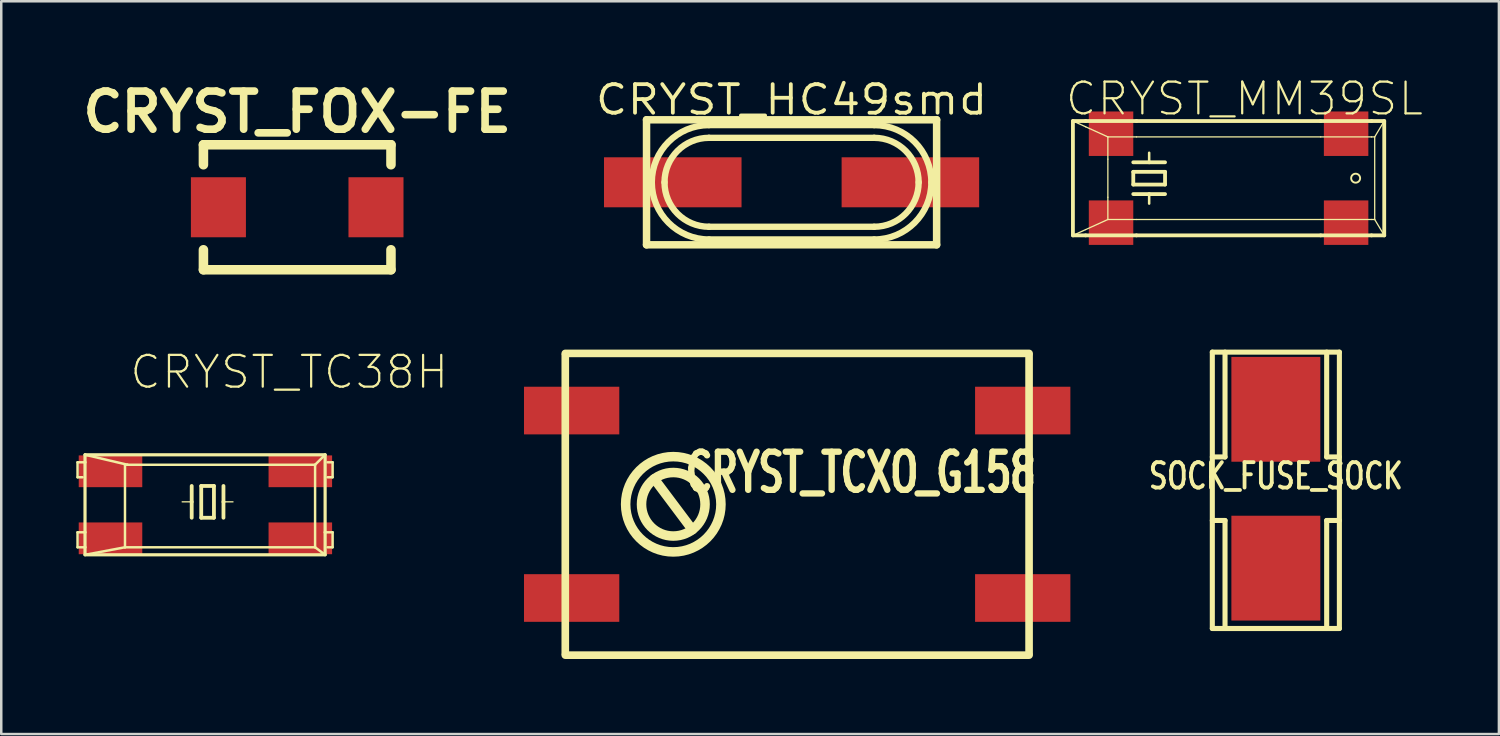
<source format=kicad_pcb>
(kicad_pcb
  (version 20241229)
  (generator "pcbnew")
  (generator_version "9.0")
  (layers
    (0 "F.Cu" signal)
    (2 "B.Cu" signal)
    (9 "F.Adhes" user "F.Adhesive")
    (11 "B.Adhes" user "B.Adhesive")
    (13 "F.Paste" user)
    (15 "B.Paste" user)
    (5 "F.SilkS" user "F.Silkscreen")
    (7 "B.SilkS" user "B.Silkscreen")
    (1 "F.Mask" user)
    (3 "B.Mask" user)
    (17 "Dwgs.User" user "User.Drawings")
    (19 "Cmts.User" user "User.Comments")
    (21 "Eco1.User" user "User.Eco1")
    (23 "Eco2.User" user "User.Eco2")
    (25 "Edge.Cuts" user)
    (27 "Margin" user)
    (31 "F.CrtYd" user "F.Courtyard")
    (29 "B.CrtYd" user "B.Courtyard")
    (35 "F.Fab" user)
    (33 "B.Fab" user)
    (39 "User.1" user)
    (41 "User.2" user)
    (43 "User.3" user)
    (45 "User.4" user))
  (footprint "CRYST_MM39SL"
    (layer "F.Cu")
    (at 46.068 4.074)
    (property "Reference" "CRYST_MM39SL" (at 0.635 -3.175 0) (layer "F.SilkS") (effects (font (size 1.27 1.27) (thickness 0.089))))
    (attr smd)
    (fp_line (start -6.223 -2.286) (end -5.715 -2.286) (stroke (width 0.152) (type solid)) (layer "F.SilkS"))
    (fp_line (start -6.223 2.286) (end -6.223 -2.286) (stroke (width 0.152) (type solid)) (layer "F.SilkS"))
    (fp_line (start -6.223 2.286) (end -5.715 2.286) (stroke (width 0.152) (type solid)) (layer "F.SilkS"))
    (fp_line (start -5.715 -2.286) (end -3.683 -2.286) (stroke (width 0.152) (type solid)) (layer "F.SilkS"))
    (fp_line (start -5.715 -2.055) (end -6.223 -2.286) (stroke (width 0.051) (type solid)) (layer "F.SilkS"))
    (fp_line (start -5.715 2.055) (end -6.223 2.286) (stroke (width 0.051) (type solid)) (layer "F.SilkS"))
    (fp_line (start -5.715 2.286) (end -3.683 2.286) (stroke (width 0.152) (type solid)) (layer "F.SilkS"))
    (fp_line (start -4.826 -1.651) (end -5.715 -2.055) (stroke (width 0.051) (type solid)) (layer "F.SilkS"))
    (fp_line (start -4.826 -1.651) (end -4.826 -0.762) (stroke (width 0.051) (type solid)) (layer "F.SilkS"))
    (fp_line (start -4.826 -0.762) (end -4.826 0.762) (stroke (width 0.051) (type solid)) (layer "F.SilkS"))
    (fp_line (start -4.826 0.762) (end -4.826 1.651) (stroke (width 0.051) (type solid)) (layer "F.SilkS"))
    (fp_line (start -4.826 1.651) (end -5.715 2.055) (stroke (width 0.051) (type solid)) (layer "F.SilkS"))
    (fp_line (start -4.826 1.651) (end -3.683 1.651) (stroke (width 0.051) (type solid)) (layer "F.SilkS"))
    (fp_line (start -3.81 -0.635) (end -3.175 -0.635) (stroke (width 0.152) (type solid)) (layer "F.SilkS"))
    (fp_line (start -3.81 -0.254) (end -3.81 0.254) (stroke (width 0.152) (type solid)) (layer "F.SilkS"))
    (fp_line (start -3.81 0.254) (end -2.54 0.254) (stroke (width 0.152) (type solid)) (layer "F.SilkS"))
    (fp_line (start -3.81 0.635) (end -3.175 0.635) (stroke (width 0.152) (type solid)) (layer "F.SilkS"))
    (fp_line (start -3.683 -2.286) (end 3.683 -2.286) (stroke (width 0.152) (type solid)) (layer "F.SilkS"))
    (fp_line (start -3.683 -1.651) (end -4.826 -1.651) (stroke (width 0.051) (type solid)) (layer "F.SilkS"))
    (fp_line (start -3.683 1.651) (end 3.683 1.651) (stroke (width 0.051) (type solid)) (layer "F.SilkS"))
    (fp_line (start -3.683 2.286) (end 3.683 2.286) (stroke (width 0.152) (type solid)) (layer "F.SilkS"))
    (fp_line (start -3.175 -0.635) (end -3.175 -1.016) (stroke (width 0.102) (type solid)) (layer "F.SilkS"))
    (fp_line (start -3.175 -0.635) (end -2.54 -0.635) (stroke (width 0.152) (type solid)) (layer "F.SilkS"))
    (fp_line (start -3.175 0.635) (end -3.175 1.016) (stroke (width 0.102) (type solid)) (layer "F.SilkS"))
    (fp_line (start -3.175 0.635) (end -2.54 0.635) (stroke (width 0.152) (type solid)) (layer "F.SilkS"))
    (fp_line (start -2.54 -0.254) (end -3.81 -0.254) (stroke (width 0.152) (type solid)) (layer "F.SilkS"))
    (fp_line (start -2.54 0.254) (end -2.54 -0.254) (stroke (width 0.152) (type solid)) (layer "F.SilkS"))
    (fp_line (start 3.683 -2.286) (end 5.715 -2.286) (stroke (width 0.152) (type solid)) (layer "F.SilkS"))
    (fp_line (start 3.683 -1.651) (end -3.683 -1.651) (stroke (width 0.051) (type solid)) (layer "F.SilkS"))
    (fp_line (start 3.683 1.651) (end 5.715 1.651) (stroke (width 0.051) (type solid)) (layer "F.SilkS"))
    (fp_line (start 3.683 2.286) (end 5.715 2.286) (stroke (width 0.152) (type solid)) (layer "F.SilkS"))
    (fp_line (start 5.715 -2.286) (end 6.223 -2.286) (stroke (width 0.152) (type solid)) (layer "F.SilkS"))
    (fp_line (start 5.715 -1.651) (end 3.683 -1.651) (stroke (width 0.051) (type solid)) (layer "F.SilkS"))
    (fp_line (start 5.715 1.651) (end 5.842 1.651) (stroke (width 0.051) (type solid)) (layer "F.SilkS"))
    (fp_line (start 5.715 2.286) (end 6.223 2.286) (stroke (width 0.152) (type solid)) (layer "F.SilkS"))
    (fp_line (start 5.842 -1.651) (end 5.715 -1.651) (stroke (width 0.051) (type solid)) (layer "F.SilkS"))
    (fp_line (start 5.842 -1.651) (end 6.223 -2.286) (stroke (width 0.051) (type solid)) (layer "F.SilkS"))
    (fp_line (start 5.842 1.651) (end 5.842 -1.651) (stroke (width 0.051) (type solid)) (layer "F.SilkS"))
    (fp_line (start 5.842 1.651) (end 6.223 2.286) (stroke (width 0.051) (type solid)) (layer "F.SilkS"))
    (fp_line (start 6.223 2.286) (end 6.223 -2.286) (stroke (width 0.152) (type solid)) (layer "F.SilkS"))
    (fp_circle (center 5.08 0) (end 5.207 0.127) (stroke (width 0.076) (type solid)) (fill no) (layer "F.SilkS"))
    (pad "1" smd rect (at -4.699 1.778) (size 1.778 1.778) (layers "F.Cu" "F.Mask" "F.Paste"))
    (pad "2" smd rect (at 4.699 1.778) (size 1.778 1.778) (layers "F.Cu" "F.Mask" "F.Paste"))
    (pad "3" smd rect (at 4.699 -1.778) (size 1.778 1.778) (layers "F.Cu" "F.Mask" "F.Paste"))
    (pad "4" smd rect (at -4.699 -1.778) (size 1.778 1.778) (layers "F.Cu" "F.Mask" "F.Paste")))
  (footprint "CRYST_HC49smd"
    (layer "F.Cu")
    (at 28.597 4.238)
    (property "Reference" "CRYST_HC49smd" (at 0 -3.302 0) (layer "F.SilkS") (effects (font (size 1.143 1.27) (thickness 0.152))))
    (attr through_hole)
    (fp_line (start -5.799 -2.499) (end -5.799 2.499) (stroke (width 0.3) (type solid)) (layer "F.SilkS"))
    (fp_line (start -5.799 2.499) (end 5.799 2.499) (stroke (width 0.3) (type solid)) (layer "F.SilkS"))
    (fp_line (start -3.302 -2.286) (end 3.302 -2.286) (stroke (width 0.254) (type solid)) (layer "F.SilkS"))
    (fp_line (start -3.302 1.778) (end 3.302 1.778) (stroke (width 0.254) (type solid)) (layer "F.SilkS"))
    (fp_line (start 3.302 -1.778) (end -3.302 -1.778) (stroke (width 0.254) (type solid)) (layer "F.SilkS"))
    (fp_line (start 3.302 2.286) (end -3.302 2.286) (stroke (width 0.254) (type solid)) (layer "F.SilkS"))
    (fp_line (start 5.799 -2.499) (end -5.799 -2.499) (stroke (width 0.3) (type solid)) (layer "F.SilkS"))
    (fp_line (start 5.799 2.499) (end 5.799 -2.499) (stroke (width 0.3) (type solid)) (layer "F.SilkS"))
    (fp_arc (start -5.588 0) (mid -4.918446 -1.616446) (end -3.302 -2.286) (stroke (width 0.254) (type solid)) (layer "F.SilkS"))
    (fp_arc (start -5.08 0) (mid -4.559236 -1.257236) (end -3.302 -1.778) (stroke (width 0.254) (type solid)) (layer "F.SilkS"))
    (fp_arc (start -3.302 1.778) (mid -4.559236 1.257236) (end -5.08 0) (stroke (width 0.254) (type solid)) (layer "F.SilkS"))
    (fp_arc (start -3.302 2.286) (mid -4.918446 1.616446) (end -5.588 0) (stroke (width 0.254) (type solid)) (layer "F.SilkS"))
    (fp_arc (start 3.302 -2.286) (mid 4.918446 -1.616446) (end 5.588 0) (stroke (width 0.254) (type solid)) (layer "F.SilkS"))
    (fp_arc (start 3.302 -1.778) (mid 4.559236 -1.257236) (end 5.08 0) (stroke (width 0.254) (type solid)) (layer "F.SilkS"))
    (fp_arc (start 5.08 0) (mid 4.559236 1.257236) (end 3.302 1.778) (stroke (width 0.254) (type solid)) (layer "F.SilkS"))
    (fp_arc (start 5.588 0) (mid 4.918446 1.616446) (end 3.302 2.286) (stroke (width 0.254) (type solid)) (layer "F.SilkS"))
    (pad "1" smd rect (at -4.75 0) (size 5.499 1.999) (layers "F.Cu" "F.Mask" "F.Paste"))
    (pad "2" smd rect (at 4.75 0) (size 5.499 1.999) (layers "F.Cu" "F.Mask" "F.Paste")))
  (footprint "CRYST_TCXO_G158"
    (layer "F.Cu")
    (at 28.821 17.111)
    (property "Reference" "CRYST_TCXO_G158" (at 2.54 -1.27 0) (layer "F.SilkS") (effects (font (size 1.524 1.016) (thickness 0.254))))
    (attr smd)
    (fp_line (start -9.271 -6.032) (end 9.271 -6.032) (stroke (width 0.305) (type solid)) (layer "F.SilkS"))
    (fp_line (start -9.271 5.969) (end -9.271 -5.969) (stroke (width 0.305) (type solid)) (layer "F.SilkS"))
    (fp_line (start -5.715 -1.016) (end -4.191 1.016) (stroke (width 0.381) (type solid)) (layer "F.SilkS"))
    (fp_line (start 9.271 -5.969) (end 9.271 5.969) (stroke (width 0.305) (type solid)) (layer "F.SilkS"))
    (fp_line (start 9.271 6.032) (end -9.271 6.032) (stroke (width 0.305) (type solid)) (layer "F.SilkS"))
    (fp_circle (center -4.953 0) (end -3.683 0) (stroke (width 0.381) (type solid)) (fill no) (layer "F.SilkS"))
    (fp_circle (center -4.953 0) (end -3.048 0) (stroke (width 0.381) (type solid)) (fill no) (layer "F.SilkS"))
    (pad "1" smd rect (at -9.017 3.747) (size 3.81 1.905) (layers "F.Cu" "F.Mask" "F.Paste"))
    (pad "2" smd rect (at 9.017 3.747) (size 3.81 1.905) (layers "F.Cu" "F.Mask" "F.Paste"))
    (pad "3" smd rect (at 9.017 -3.747) (size 3.81 1.905) (layers "F.Cu" "F.Mask" "F.Paste"))
    (pad "4" smd rect (at -9.017 -3.747) (size 3.81 1.905) (layers "F.Cu" "F.Mask" "F.Paste")))
  (footprint "CRYST_TC38H"
    (layer "F.Cu")
    (at 5.221 17.098)
    (property "Reference" "CRYST_TC38H" (at 3.292 -5.273 0) (layer "F.SilkS") (effects (font (size 1.27 1.27) (thickness 0.089))))
    (attr smd)
    (fp_line (start -5.171 -1.666) (end -5.171 -1.067) (stroke (width 0.099) (type solid)) (layer "F.SilkS"))
    (fp_line (start -5.171 -1.067) (end -4.971 -1.067) (stroke (width 0.099) (type solid)) (layer "F.SilkS"))
    (fp_line (start -5.171 1.133) (end -5.171 1.732) (stroke (width 0.099) (type solid)) (layer "F.SilkS"))
    (fp_line (start -5.171 1.732) (end -4.872 1.732) (stroke (width 0.099) (type solid)) (layer "F.SilkS"))
    (fp_line (start -4.872 -1.966) (end -4.872 -1.666) (stroke (width 0.127) (type solid)) (layer "F.SilkS"))
    (fp_line (start -4.872 -1.666) (end -5.171 -1.666) (stroke (width 0.099) (type solid)) (layer "F.SilkS"))
    (fp_line (start -4.872 -1.666) (end -4.872 1.133) (stroke (width 0.127) (type solid)) (layer "F.SilkS"))
    (fp_line (start -4.872 1.133) (end -5.171 1.133) (stroke (width 0.099) (type solid)) (layer "F.SilkS"))
    (fp_line (start -4.872 1.133) (end -4.872 1.732) (stroke (width 0.127) (type solid)) (layer "F.SilkS"))
    (fp_line (start -4.872 1.732) (end -4.872 2.032) (stroke (width 0.127) (type solid)) (layer "F.SilkS"))
    (fp_line (start -4.872 2.032) (end 4.727 2.032) (stroke (width 0.127) (type solid)) (layer "F.SilkS"))
    (fp_line (start -3.274 -1.567) (end -3.172 -1.567) (stroke (width 0.099) (type solid)) (layer "F.SilkS"))
    (fp_line (start -3.274 1.732) (end -4.872 2.032) (stroke (width 0.099) (type solid)) (layer "F.SilkS"))
    (fp_line (start -3.274 1.732) (end -3.274 -1.567) (stroke (width 0.099) (type solid)) (layer "F.SilkS"))
    (fp_line (start -3.172 -1.567) (end -4.872 -1.966) (stroke (width 0.099) (type solid)) (layer "F.SilkS"))
    (fp_line (start -3.172 -1.567) (end 4.326 -1.567) (stroke (width 0.099) (type solid)) (layer "F.SilkS"))
    (fp_line (start -0.607 -0.719) (end -0.607 -0.084) (stroke (width 0.152) (type solid)) (layer "F.SilkS"))
    (fp_line (start -0.607 -0.084) (end -0.988 -0.084) (stroke (width 0.051) (type solid)) (layer "F.SilkS"))
    (fp_line (start -0.607 -0.084) (end -0.607 0.551) (stroke (width 0.152) (type solid)) (layer "F.SilkS"))
    (fp_line (start -0.226 -0.719) (end -0.226 0.551) (stroke (width 0.152) (type solid)) (layer "F.SilkS"))
    (fp_line (start -0.226 0.551) (end 0.282 0.551) (stroke (width 0.152) (type solid)) (layer "F.SilkS"))
    (fp_line (start 0.282 -0.719) (end -0.226 -0.719) (stroke (width 0.152) (type solid)) (layer "F.SilkS"))
    (fp_line (start 0.282 0.551) (end 0.282 -0.719) (stroke (width 0.152) (type solid)) (layer "F.SilkS"))
    (fp_line (start 0.663 -0.719) (end 0.663 -0.084) (stroke (width 0.152) (type solid)) (layer "F.SilkS"))
    (fp_line (start 0.663 -0.084) (end 0.663 0.551) (stroke (width 0.152) (type solid)) (layer "F.SilkS"))
    (fp_line (start 0.663 -0.084) (end 1.044 -0.084) (stroke (width 0.051) (type solid)) (layer "F.SilkS"))
    (fp_line (start 4.326 -1.567) (end 4.326 1.732) (stroke (width 0.099) (type solid)) (layer "F.SilkS"))
    (fp_line (start 4.326 -1.567) (end 4.727 -1.966) (stroke (width 0.099) (type solid)) (layer "F.SilkS"))
    (fp_line (start 4.326 1.732) (end -3.274 1.732) (stroke (width 0.099) (type solid)) (layer "F.SilkS"))
    (fp_line (start 4.326 1.732) (end 4.727 2.032) (stroke (width 0.099) (type solid)) (layer "F.SilkS"))
    (fp_line (start 4.727 -1.966) (end -4.872 -1.966) (stroke (width 0.127) (type solid)) (layer "F.SilkS"))
    (fp_line (start 4.727 1.133) (end 4.727 -1.966) (stroke (width 0.127) (type solid)) (layer "F.SilkS"))
    (fp_line (start 4.727 2.032) (end 4.727 1.133) (stroke (width 0.127) (type solid)) (layer "F.SilkS"))
    (fp_line (start 4.826 -1.067) (end 5.027 -1.067) (stroke (width 0.099) (type solid)) (layer "F.SilkS"))
    (fp_line (start 4.826 1.732) (end 5.027 1.732) (stroke (width 0.099) (type solid)) (layer "F.SilkS"))
    (fp_line (start 5.027 -1.666) (end 4.826 -1.666) (stroke (width 0.099) (type solid)) (layer "F.SilkS"))
    (fp_line (start 5.027 -1.067) (end 5.027 -1.666) (stroke (width 0.099) (type solid)) (layer "F.SilkS"))
    (fp_line (start 5.027 1.133) (end 4.727 1.133) (stroke (width 0.099) (type solid)) (layer "F.SilkS"))
    (fp_line (start 5.027 1.732) (end 5.027 1.133) (stroke (width 0.099) (type solid)) (layer "F.SilkS"))
    (pad "1" smd rect (at -3.853 1.374) (size 2.54 1.27) (layers "F.Cu" "F.Mask" "F.Paste"))
    (pad "2" smd rect (at 3.736 1.374) (size 2.54 1.27) (layers "F.Cu" "F.Mask" "F.Paste"))
    (pad "3" smd rect (at 3.736 -1.306) (size 2.54 1.27) (layers "F.Cu" "F.Mask" "F.Paste"))
    (pad "4" smd rect (at -3.853 -1.306) (size 2.54 1.27) (layers "F.Cu" "F.Mask" "F.Paste")))
  (footprint "CRYST_FOX-FE"
    (layer "F.Cu")
    (at 8.832 5.236)
    (property "Reference" "CRYST_FOX-FE" (at 0 -3.81 0) (layer "F.SilkS") (effects (font (size 1.524 1.524) (thickness 0.305))))
    (attr through_hole)
    (fp_line (start -3.749 -2.499) (end -3.749 -1.699) (stroke (width 0.381) (type solid)) (layer "F.SilkS"))
    (fp_line (start -3.749 2.499) (end -3.749 1.699) (stroke (width 0.381) (type solid)) (layer "F.SilkS"))
    (fp_line (start -3.749 2.499) (end 3.749 2.499) (stroke (width 0.381) (type solid)) (layer "F.SilkS"))
    (fp_line (start 3.749 -2.499) (end -3.749 -2.499) (stroke (width 0.381) (type solid)) (layer "F.SilkS"))
    (fp_line (start 3.749 -2.499) (end 3.749 -1.699) (stroke (width 0.381) (type solid)) (layer "F.SilkS"))
    (fp_line (start 3.749 2.499) (end 3.749 1.699) (stroke (width 0.381) (type solid)) (layer "F.SilkS"))
    (pad "1" smd rect (at -3.15 0) (size 2.2 2.4) (layers "F.Cu" "F.Mask" "F.Paste"))
    (pad "2" smd rect (at 3.15 0) (size 2.2 2.4) (layers "F.Cu" "F.Mask" "F.Paste")))
  (footprint "SOCK_FUSE_SOCK"
    (layer "F.Cu")
    (at 47.958 16.489)
    (property "Reference" "SOCK_FUSE_SOCK" (at 0 -0.508 0) (layer "F.SilkS") (effects (font (size 1.016 0.762) (thickness 0.152))))
    (attr smd)
    (fp_line (start -2.54 -5.461) (end -2.54 5.588) (stroke (width 0.203) (type solid)) (layer "F.SilkS"))
    (fp_line (start -2.54 -5.461) (end 2.54 -5.461) (stroke (width 0.203) (type solid)) (layer "F.SilkS"))
    (fp_line (start -2.032 -5.461) (end -2.032 -1.27) (stroke (width 0.203) (type solid)) (layer "F.SilkS"))
    (fp_line (start -2.032 -1.27) (end -2.54 -1.27) (stroke (width 0.203) (type solid)) (layer "F.SilkS"))
    (fp_line (start -2.032 1.27) (end -2.54 1.27) (stroke (width 0.203) (type solid)) (layer "F.SilkS"))
    (fp_line (start -2.032 5.588) (end -2.032 1.27) (stroke (width 0.203) (type solid)) (layer "F.SilkS"))
    (fp_line (start 2.032 -5.461) (end 2.032 -1.27) (stroke (width 0.203) (type solid)) (layer "F.SilkS"))
    (fp_line (start 2.032 -1.27) (end 2.54 -1.27) (stroke (width 0.203) (type solid)) (layer "F.SilkS"))
    (fp_line (start 2.032 1.27) (end 2.54 1.27) (stroke (width 0.203) (type solid)) (layer "F.SilkS"))
    (fp_line (start 2.032 5.588) (end 2.032 1.27) (stroke (width 0.203) (type solid)) (layer "F.SilkS"))
    (fp_line (start 2.54 5.588) (end -2.54 5.588) (stroke (width 0.203) (type solid)) (layer "F.SilkS"))
    (fp_line (start 2.54 5.588) (end 2.54 -5.461) (stroke (width 0.203) (type solid)) (layer "F.SilkS"))
    (pad "1" smd rect (at 0 -3.175) (size 3.556 4.191) (layers "F.Cu" "F.Mask" "F.Paste"))
    (pad "2" smd rect (at 0 3.175) (size 3.556 4.191) (layers "F.Cu" "F.Mask" "F.Paste")))
  (gr_rect
    (start -3 -3)
    (end 56.876 26.296)
    (stroke (width 0.1) (type default))
    (fill no)
    (layer "Edge.Cuts")))
</source>
